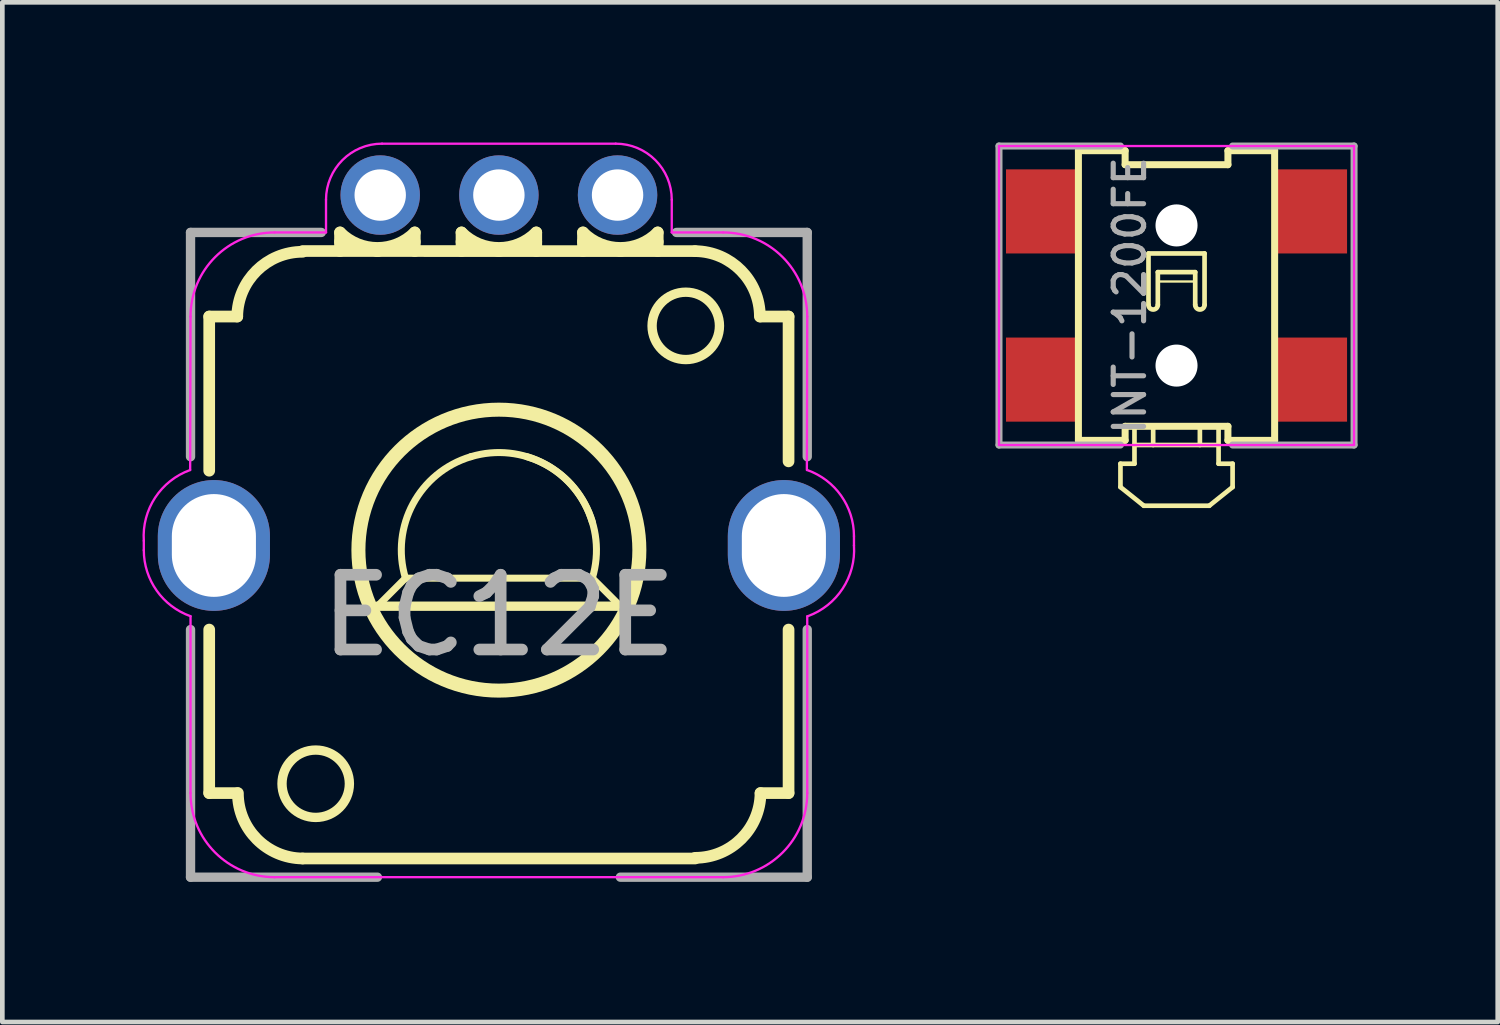
<source format=kicad_pcb>
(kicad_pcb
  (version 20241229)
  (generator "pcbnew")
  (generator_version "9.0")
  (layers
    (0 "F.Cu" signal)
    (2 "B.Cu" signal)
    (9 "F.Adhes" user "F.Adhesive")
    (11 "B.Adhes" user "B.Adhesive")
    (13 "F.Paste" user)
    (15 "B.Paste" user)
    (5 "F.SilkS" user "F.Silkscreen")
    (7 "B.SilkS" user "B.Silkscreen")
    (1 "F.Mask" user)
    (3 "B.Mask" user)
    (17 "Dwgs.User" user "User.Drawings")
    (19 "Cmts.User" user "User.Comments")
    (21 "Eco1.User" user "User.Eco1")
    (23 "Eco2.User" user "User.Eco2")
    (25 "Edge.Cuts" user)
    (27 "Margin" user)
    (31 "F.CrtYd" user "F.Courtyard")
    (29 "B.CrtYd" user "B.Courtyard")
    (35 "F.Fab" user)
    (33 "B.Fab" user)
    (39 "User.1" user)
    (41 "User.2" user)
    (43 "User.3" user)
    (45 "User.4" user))
  (footprint "INT-1200FE"
    (layer "F.Cu")
    (at 22.132 3.275)
    (property "Reference" "INT-1200FE" (at -1 0 90) (layer "F.Fab") (effects (font (size 0.65 0.65) (thickness 0.11))))
    (attr through_hole)
    (fp_line (start -2.1 -3.1) (end -1.1 -3.1) (stroke (width 0.15) (type solid)) (layer "F.SilkS"))
    (fp_line (start -2.1 3.1) (end -2.1 -3.1) (stroke (width 0.15) (type solid)) (layer "F.SilkS"))
    (fp_line (start -2.1 3.1) (end -1.1 3.1) (stroke (width 0.15) (type solid)) (layer "F.SilkS"))
    (fp_line (start -1.2 3.6) (end -0.9 3.6) (stroke (width 0.1) (type solid)) (layer "F.SilkS"))
    (fp_line (start -1.2 4.1) (end -1.2 3.6) (stroke (width 0.1) (type solid)) (layer "F.SilkS"))
    (fp_line (start -1.2 4.1) (end -0.7 4.5) (stroke (width 0.1) (type solid)) (layer "F.SilkS"))
    (fp_line (start -1.1 -3.1) (end -1.1 -2.8) (stroke (width 0.15) (type solid)) (layer "F.SilkS"))
    (fp_line (start -1.1 -2.8) (end 1.1 -2.8) (stroke (width 0.15) (type solid)) (layer "F.SilkS"))
    (fp_line (start -1.1 2.8) (end -1.1 3.1) (stroke (width 0.15) (type solid)) (layer "F.SilkS"))
    (fp_line (start -1.1 2.8) (end 1.1 2.8) (stroke (width 0.15) (type solid)) (layer "F.SilkS"))
    (fp_line (start -0.9 3.2) (end 0.9 3.2) (stroke (width 0.1) (type solid)) (layer "F.SilkS"))
    (fp_line (start -0.9 3.6) (end -0.9 2.8) (stroke (width 0.1) (type solid)) (layer "F.SilkS"))
    (fp_line (start -0.7 4.5) (end 0.7 4.5) (stroke (width 0.1) (type solid)) (layer "F.SilkS"))
    (fp_line (start -0.6 -0.9) (end -0.6 0.2) (stroke (width 0.1) (type solid)) (layer "F.SilkS"))
    (fp_line (start -0.6 -0.9) (end 0.6 -0.9) (stroke (width 0.1) (type solid)) (layer "F.SilkS"))
    (fp_line (start -0.5 2.8) (end -0.5 3.2) (stroke (width 0.1) (type solid)) (layer "F.SilkS"))
    (fp_line (start -0.4 -0.5) (end 0.4 -0.5) (stroke (width 0.1) (type solid)) (layer "F.SilkS"))
    (fp_line (start -0.4 -0.3) (end 0.4 -0.3) (stroke (width 0.05) (type solid)) (layer "F.SilkS"))
    (fp_line (start -0.4 0.2) (end -0.4 -0.5) (stroke (width 0.1) (type solid)) (layer "F.SilkS"))
    (fp_line (start 0.4 -0.5) (end 0.4 0.2) (stroke (width 0.1) (type solid)) (layer "F.SilkS"))
    (fp_line (start 0.5 2.8) (end 0.5 3.2) (stroke (width 0.1) (type solid)) (layer "F.SilkS"))
    (fp_line (start 0.6 -0.9) (end 0.6 0.2) (stroke (width 0.1) (type solid)) (layer "F.SilkS"))
    (fp_line (start 0.7 4.5) (end 1.2 4.1) (stroke (width 0.1) (type solid)) (layer "F.SilkS"))
    (fp_line (start 0.9 3.6) (end 0.9 2.8) (stroke (width 0.1) (type solid)) (layer "F.SilkS"))
    (fp_line (start 1.1 -3.1) (end 1.1 -2.8) (stroke (width 0.15) (type solid)) (layer "F.SilkS"))
    (fp_line (start 1.1 -3.1) (end 2.1 -3.1) (stroke (width 0.15) (type solid)) (layer "F.SilkS"))
    (fp_line (start 1.1 2.8) (end 1.1 3.1) (stroke (width 0.15) (type solid)) (layer "F.SilkS"))
    (fp_line (start 1.1 3.1) (end 2.1 3.1) (stroke (width 0.15) (type solid)) (layer "F.SilkS"))
    (fp_line (start 1.2 3.6) (end 0.9 3.6) (stroke (width 0.1) (type solid)) (layer "F.SilkS"))
    (fp_line (start 1.2 3.6) (end 1.2 4.1) (stroke (width 0.1) (type solid)) (layer "F.SilkS"))
    (fp_line (start 2.1 -3.1) (end 2.1 3.1) (stroke (width 0.15) (type solid)) (layer "F.SilkS"))
    (fp_arc (start -0.4 0.2) (mid -0.5 0.3) (end -0.6 0.2) (stroke (width 0.1) (type solid)) (layer "F.SilkS"))
    (fp_arc (start 0.6 0.2) (mid 0.5 0.3) (end 0.4 0.2) (stroke (width 0.1) (type solid)) (layer "F.SilkS"))
    (fp_line (start -3.8 -3.2) (end 3.8 -3.2) (stroke (width 0.05) (type solid)) (layer "F.CrtYd"))
    (fp_line (start -3.8 3.2) (end -3.8 -3.2) (stroke (width 0.05) (type solid)) (layer "F.CrtYd"))
    (fp_line (start 3.8 -3.2) (end 3.8 3.2) (stroke (width 0.05) (type solid)) (layer "F.CrtYd"))
    (fp_line (start 3.8 3.2) (end -3.8 3.2) (stroke (width 0.05) (type solid)) (layer "F.CrtYd"))
    (fp_line (start -3.8 -3.2) (end -3.8 3.2) (stroke (width 0.15) (type solid)) (layer "F.Fab"))
    (fp_line (start -3.8 3.2) (end -1.2 3.2) (stroke (width 0.15) (type solid)) (layer "F.Fab"))
    (fp_line (start -1.2 -3.2) (end -3.8 -3.2) (stroke (width 0.15) (type solid)) (layer "F.Fab"))
    (fp_line (start 1.2 3.2) (end 3.8 3.2) (stroke (width 0.15) (type solid)) (layer "F.Fab"))
    (fp_line (start 3.8 -3.2) (end 1.2 -3.2) (stroke (width 0.15) (type solid)) (layer "F.Fab"))
    (fp_line (start 3.8 3.2) (end 3.8 -3.2) (stroke (width 0.15) (type solid)) (layer "F.Fab"))
    (pad "" np_thru_hole circle (at 0 -1.5) (size 0.9 0.9) (drill 0.9) (layers "*.Cu" "*.Mask"))
    (pad "" np_thru_hole circle (at 0 1.5) (size 0.9 0.9) (drill 0.9) (layers "*.Cu" "*.Mask"))
    (pad "1" smd rect (at -2.9 -1.8) (size 1.5 1.8) (layers "F.Cu" "F.Mask" "F.Paste"))
    (pad "2" smd rect (at 2.9 -1.8) (size 1.5 1.8) (layers "F.Cu" "F.Mask" "F.Paste"))
    (pad "3" smd rect (at -2.9 1.8) (size 1.5 1.8) (layers "F.Cu" "F.Mask" "F.Paste"))
    (pad "4" smd rect (at 2.9 1.8) (size 1.5 1.8) (layers "F.Cu" "F.Mask" "F.Paste")))
  (footprint "EC12E"
    (layer "F.Cu")
    (at 7.628 1.125)
    (property "Reference" "EC12E" (at 0 9 0) (layer "F.Fab") (effects (font (size 1.6 1.6) (thickness 0.25))))
    (attr through_hole)
    (fp_line (start -6.2 2.6) (end -6.2 5.9) (stroke (width 0.25) (type solid)) (layer "F.SilkS"))
    (fp_line (start -6.2 2.6) (end -5.6 2.6) (stroke (width 0.25) (type solid)) (layer "F.SilkS"))
    (fp_line (start -6.2 12.8) (end -6.2 9.3) (stroke (width 0.25) (type solid)) (layer "F.SilkS"))
    (fp_line (start -6.2 12.8) (end -5.6 12.8) (stroke (width 0.25) (type solid)) (layer "F.SilkS"))
    (fp_line (start -4.2 14.2) (end 4.2 14.2) (stroke (width 0.25) (type solid)) (layer "F.SilkS"))
    (fp_line (start -4.199 1.198) (end 4.2 1.2) (stroke (width 0.25) (type solid)) (layer "F.SilkS"))
    (fp_line (start -3.4 1) (end -2.6 1.2) (stroke (width 0.25) (type solid)) (layer "F.SilkS"))
    (fp_line (start -3.4 1.2) (end -3.4 0.8) (stroke (width 0.25) (type solid)) (layer "F.SilkS"))
    (fp_line (start -2.6 1.2) (end -1.8 1) (stroke (width 0.25) (type solid)) (layer "F.SilkS"))
    (fp_line (start -2.6 8.8) (end -2 8.2) (stroke (width 0.15) (type solid)) (layer "F.SilkS"))
    (fp_line (start -2.6 8.8) (end 2.6 8.8) (stroke (width 0.2) (type solid)) (layer "F.SilkS"))
    (fp_line (start -1.8 1.2) (end -1.8 0.8) (stroke (width 0.25) (type solid)) (layer "F.SilkS"))
    (fp_line (start -0.8 1) (end 0 1.2) (stroke (width 0.25) (type solid)) (layer "F.SilkS"))
    (fp_line (start -0.8 1.2) (end -0.8 0.8) (stroke (width 0.25) (type solid)) (layer "F.SilkS"))
    (fp_line (start 0 1.2) (end 0.8 1) (stroke (width 0.25) (type solid)) (layer "F.SilkS"))
    (fp_line (start 0.8 1.2) (end 0.8 0.8) (stroke (width 0.25) (type solid)) (layer "F.SilkS"))
    (fp_line (start 1.8 1) (end 2.6 1.2) (stroke (width 0.25) (type solid)) (layer "F.SilkS"))
    (fp_line (start 1.8 1.2) (end 1.8 0.8) (stroke (width 0.25) (type solid)) (layer "F.SilkS"))
    (fp_line (start 2 8.2) (end -2 8.2) (stroke (width 0.15) (type solid)) (layer "F.SilkS"))
    (fp_line (start 2.6 1.2) (end 3.4 1) (stroke (width 0.25) (type solid)) (layer "F.SilkS"))
    (fp_line (start 2.6 8.8) (end 2 8.2) (stroke (width 0.15) (type solid)) (layer "F.SilkS"))
    (fp_line (start 3.4 1.2) (end 3.4 0.8) (stroke (width 0.25) (type solid)) (layer "F.SilkS"))
    (fp_line (start 5.6 2.6) (end 6.2 2.6) (stroke (width 0.25) (type solid)) (layer "F.SilkS"))
    (fp_line (start 5.6 12.8) (end 6.2 12.8) (stroke (width 0.25) (type solid)) (layer "F.SilkS"))
    (fp_line (start 6.2 2.6) (end 6.2 5.7) (stroke (width 0.25) (type solid)) (layer "F.SilkS"))
    (fp_line (start 6.2 12.8) (end 6.2 9.3) (stroke (width 0.25) (type solid)) (layer "F.SilkS"))
    (fp_arc (start -5.6 2.6) (mid -5.184701 1.618941) (end -4.199264 1.214141) (stroke (width 0.25) (type solid)) (layer "F.SilkS"))
    (fp_arc (start -4.2 14.2) (mid -5.181059 13.784701) (end -5.585859 12.799264) (stroke (width 0.25) (type solid)) (layer "F.SilkS"))
    (fp_arc (start -2 8.2) (mid -1.838478 6.610051) (end -0.6 5.6) (stroke (width 0.15) (type solid)) (layer "F.SilkS"))
    (fp_arc (start -1.8 0.8) (mid -2.6 1.131371) (end -3.4 0.8) (stroke (width 0.25) (type solid)) (layer "F.SilkS"))
    (fp_arc (start -0.6 5.6) (mid 0.989949 5.761522) (end 2 7) (stroke (width 0.15) (type solid)) (layer "F.SilkS"))
    (fp_arc (start 0.6 5.6) (mid 1.838478 6.610051) (end 2 8.2) (stroke (width 0.15) (type solid)) (layer "F.SilkS"))
    (fp_arc (start 0.8 0.8) (mid 0 1.131371) (end -0.8 0.8) (stroke (width 0.25) (type solid)) (layer "F.SilkS"))
    (fp_arc (start 3.4 0.8) (mid 2.6 1.131371) (end 1.8 0.8) (stroke (width 0.25) (type solid)) (layer "F.SilkS"))
    (fp_arc (start 4.2 1.2) (mid 5.181059 1.615299) (end 5.585859 2.600736) (stroke (width 0.25) (type solid)) (layer "F.SilkS"))
    (fp_arc (start 5.6 12.8) (mid 5.184701 13.781059) (end 4.199264 14.185859) (stroke (width 0.25) (type solid)) (layer "F.SilkS"))
    (fp_circle (center -3.921 12.6) (end -3.521 13.2) (stroke (width 0.2) (type solid)) (fill no) (layer "F.SilkS"))
    (fp_circle (center 0 7.6) (end 0.2 10.6) (stroke (width 0.3) (type solid)) (fill no) (layer "F.SilkS"))
    (fp_circle (center 4 2.8) (end 4.4 3.4) (stroke (width 0.2) (type solid)) (fill no) (layer "F.SilkS"))
    (fp_line (start -7.6 7.4) (end -7.6 7.6) (stroke (width 0.05) (type solid)) (layer "F.CrtYd"))
    (fp_line (start -6.6 9.014) (end -6.6 12.8) (stroke (width 0.05) (type solid)) (layer "F.CrtYd"))
    (fp_line (start -6.6 2.6) (end -6.608 5.885) (stroke (width 0.05) (type solid)) (layer "F.CrtYd"))
    (fp_line (start -4.8 0.8) (end -3.7 0.8) (stroke (width 0.05) (type solid)) (layer "F.CrtYd"))
    (fp_line (start -4.8 14.6) (end 4.8 14.6) (stroke (width 0.05) (type solid)) (layer "F.CrtYd"))
    (fp_line (start -3.7 0.8) (end -3.7 0.1) (stroke (width 0.05) (type solid)) (layer "F.CrtYd"))
    (fp_line (start -2.5 -1.1) (end 2.5 -1.1) (stroke (width 0.05) (type solid)) (layer "F.CrtYd"))
    (fp_line (start 3.7 0.8) (end 3.7 0.1) (stroke (width 0.05) (type solid)) (layer "F.CrtYd"))
    (fp_line (start 3.7 0.8) (end 4.8 0.8) (stroke (width 0.05) (type solid)) (layer "F.CrtYd"))
    (fp_line (start 6.6 9.014) (end 6.6 12.8) (stroke (width 0.05) (type solid)) (layer "F.CrtYd"))
    (fp_line (start 6.6 2.6) (end 6.592 5.885) (stroke (width 0.05) (type solid)) (layer "F.CrtYd"))
    (fp_line (start 7.6 7.5) (end 7.6 7.3) (stroke (width 0.05) (type solid)) (layer "F.CrtYd"))
    (fp_arc (start -7.6 7.4) (mid -7.357718 6.476505) (end -6.608151 5.885156) (stroke (width 0.05) (type solid)) (layer "F.CrtYd"))
    (fp_arc (start -6.600162 9.014156) (mid -7.324794 8.465955) (end -7.6 7.6) (stroke (width 0.05) (type solid)) (layer "F.CrtYd"))
    (fp_arc (start -6.6 2.6) (mid -6.072792 1.327208) (end -4.8 0.8) (stroke (width 0.05) (type solid)) (layer "F.CrtYd"))
    (fp_arc (start -4.8 14.6) (mid -6.072792 14.072792) (end -6.6 12.8) (stroke (width 0.05) (type solid)) (layer "F.CrtYd"))
    (fp_arc (start -3.7 0.1) (mid -3.348528 -0.748528) (end -2.5 -1.1) (stroke (width 0.05) (type solid)) (layer "F.CrtYd"))
    (fp_arc (start 2.5 -1.1) (mid 3.348528 -0.748528) (end 3.7 0.1) (stroke (width 0.05) (type solid)) (layer "F.CrtYd"))
    (fp_arc (start 4.8 0.8) (mid 6.072792 1.327208) (end 6.6 2.6) (stroke (width 0.05) (type solid)) (layer "F.CrtYd"))
    (fp_arc (start 6.6 12.8) (mid 6.072792 14.072792) (end 4.8 14.6) (stroke (width 0.05) (type solid)) (layer "F.CrtYd"))
    (fp_arc (start 6.600162 5.885844) (mid 7.324794 6.434045) (end 7.6 7.3) (stroke (width 0.05) (type solid)) (layer "F.CrtYd"))
    (fp_arc (start 7.6 7.5) (mid 7.357718 8.423495) (end 6.608151 9.014844) (stroke (width 0.05) (type solid)) (layer "F.CrtYd"))
    (fp_line (start -6.6 0.8) (end -6.6 5.6) (stroke (width 0.2) (type solid)) (layer "F.Fab"))
    (fp_line (start -6.6 9.3) (end -6.6 14.6) (stroke (width 0.2) (type solid)) (layer "F.Fab"))
    (fp_line (start -3.8 0.8) (end -6.6 0.8) (stroke (width 0.2) (type solid)) (layer "F.Fab"))
    (fp_line (start -2.6 14.6) (end -6.6 14.6) (stroke (width 0.2) (type solid)) (layer "F.Fab"))
    (fp_line (start 6.6 0.8) (end 3.8 0.8) (stroke (width 0.2) (type solid)) (layer "F.Fab"))
    (fp_line (start 6.6 0.8) (end 6.6 5.6) (stroke (width 0.2) (type solid)) (layer "F.Fab"))
    (fp_line (start 6.6 9.3) (end 6.6 14.6) (stroke (width 0.2) (type solid)) (layer "F.Fab"))
    (fp_line (start 6.6 14.6) (end 2.6 14.6) (stroke (width 0.2) (type solid)) (layer "F.Fab"))
    (pad "1" thru_hole circle (at 2.54 0) (size 1.7 1.7) (drill 1.1) (layers "*.Cu" "*.Mask"))
    (pad "2" thru_hole circle (at -2.54 0) (size 1.7 1.7) (drill 1.1) (layers "*.Cu" "*.Mask"))
    (pad "3" thru_hole circle (at 0 0) (size 1.7 1.7) (drill 1.1) (layers "*.Cu" "*.Mask"))
    (pad "4" thru_hole oval (at -6.1 7.5) (size 2.4 2.8) (drill oval 1.8 2.2) (layers "*.Cu" "*.Mask"))
    (pad "4" thru_hole oval (at 6.1 7.5) (size 2.4 2.8) (drill oval 1.8 2.2) (layers "*.Cu" "*.Mask")))
  (gr_rect
    (start -3 -3)
    (end 29.007 18.825)
    (stroke (width 0.1) (type default))
    (fill no)
    (layer "Edge.Cuts")))
</source>
